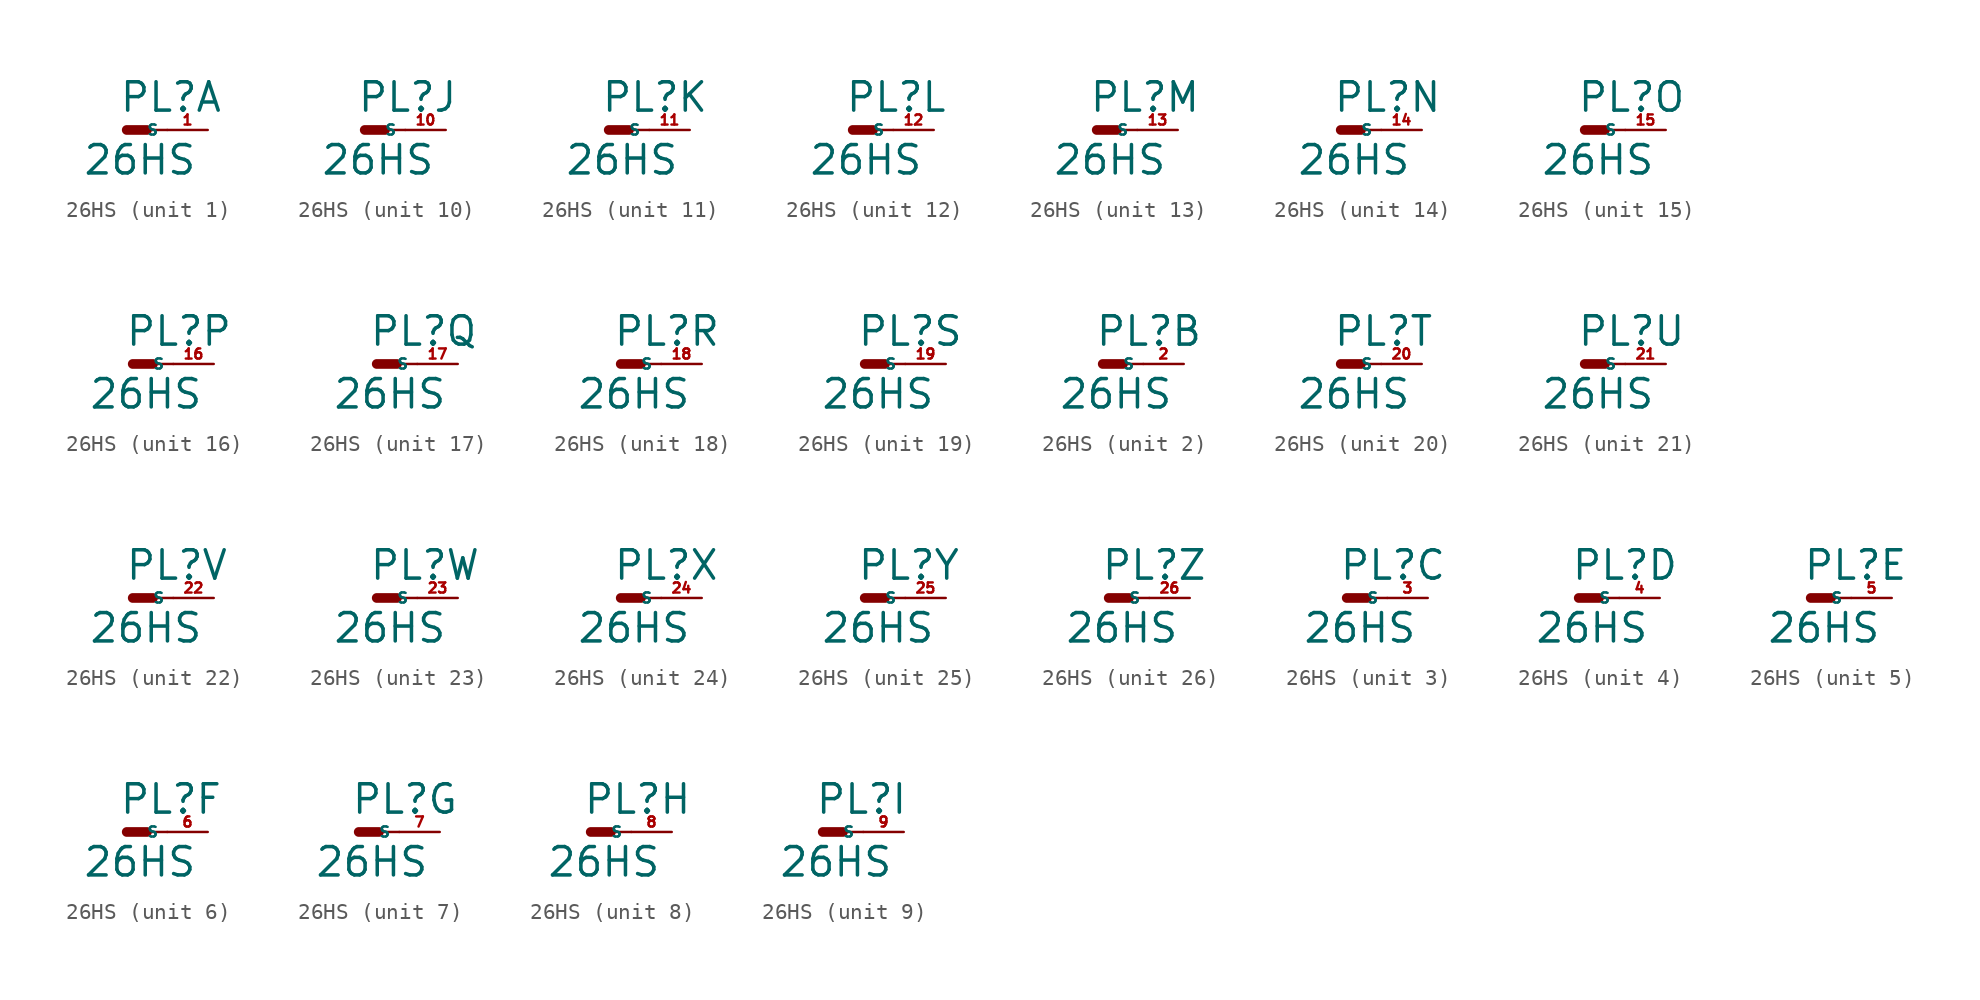
<source format=kicad_sym>
(kicad_symbol_lib
  (version 20220914)
  (generator Eagle2Kicad)
  (symbol "26HS"
    (property "Reference" "PL"
      (at -0.508 1.016 0)
      (effects (font (size 1.778 1.778) (thickness 0.22)) (justify left bottom)))
    (property "Value" "26HS"
      (at -2.794 -2.921 0)
      (effects (font (size 1.778 1.778) (thickness 0.22)) (justify left bottom)))
    (symbol "26HS_1_0"
      (polyline (pts (xy 0 0) (xy 1.27 0)) (stroke (width 0.61) (type default)) (fill (type none)))
      (polyline (pts (xy 2.54 0) (xy 1.27 0)) (stroke (width 0.152) (type default)) (fill (type none)))
      (pin passive line (at 5.08 0 180) (length 2.54) (name "S" (effects (font (size 0.635 0.635) (thickness 0.08)) (justify left bottom))) (number "1" (effects (font (size 0.635 0.635) (thickness 0.08)) (justify left bottom)))))
    (symbol "26HS_2_0"
      (polyline (pts (xy 0 0) (xy 1.27 0)) (stroke (width 0.61) (type default)) (fill (type none)))
      (polyline (pts (xy 2.54 0) (xy 1.27 0)) (stroke (width 0.152) (type default)) (fill (type none)))
      (pin passive line (at 5.08 0 180) (length 2.54) (name "S" (effects (font (size 0.635 0.635) (thickness 0.08)) (justify left bottom))) (number "2" (effects (font (size 0.635 0.635) (thickness 0.08)) (justify left bottom)))))
    (symbol "26HS_3_0"
      (polyline (pts (xy 0 0) (xy 1.27 0)) (stroke (width 0.61) (type default)) (fill (type none)))
      (polyline (pts (xy 2.54 0) (xy 1.27 0)) (stroke (width 0.152) (type default)) (fill (type none)))
      (pin passive line (at 5.08 0 180) (length 2.54) (name "S" (effects (font (size 0.635 0.635) (thickness 0.08)) (justify left bottom))) (number "3" (effects (font (size 0.635 0.635) (thickness 0.08)) (justify left bottom)))))
    (symbol "26HS_4_0"
      (polyline (pts (xy 0 0) (xy 1.27 0)) (stroke (width 0.61) (type default)) (fill (type none)))
      (polyline (pts (xy 2.54 0) (xy 1.27 0)) (stroke (width 0.152) (type default)) (fill (type none)))
      (pin passive line (at 5.08 0 180) (length 2.54) (name "S" (effects (font (size 0.635 0.635) (thickness 0.08)) (justify left bottom))) (number "4" (effects (font (size 0.635 0.635) (thickness 0.08)) (justify left bottom)))))
    (symbol "26HS_5_0"
      (polyline (pts (xy 0 0) (xy 1.27 0)) (stroke (width 0.61) (type default)) (fill (type none)))
      (polyline (pts (xy 2.54 0) (xy 1.27 0)) (stroke (width 0.152) (type default)) (fill (type none)))
      (pin passive line (at 5.08 0 180) (length 2.54) (name "S" (effects (font (size 0.635 0.635) (thickness 0.08)) (justify left bottom))) (number "5" (effects (font (size 0.635 0.635) (thickness 0.08)) (justify left bottom)))))
    (symbol "26HS_6_0"
      (polyline (pts (xy 0 0) (xy 1.27 0)) (stroke (width 0.61) (type default)) (fill (type none)))
      (polyline (pts (xy 2.54 0) (xy 1.27 0)) (stroke (width 0.152) (type default)) (fill (type none)))
      (pin passive line (at 5.08 0 180) (length 2.54) (name "S" (effects (font (size 0.635 0.635) (thickness 0.08)) (justify left bottom))) (number "6" (effects (font (size 0.635 0.635) (thickness 0.08)) (justify left bottom)))))
    (symbol "26HS_7_0"
      (polyline (pts (xy 0 0) (xy 1.27 0)) (stroke (width 0.61) (type default)) (fill (type none)))
      (polyline (pts (xy 2.54 0) (xy 1.27 0)) (stroke (width 0.152) (type default)) (fill (type none)))
      (pin passive line (at 5.08 0 180) (length 2.54) (name "S" (effects (font (size 0.635 0.635) (thickness 0.08)) (justify left bottom))) (number "7" (effects (font (size 0.635 0.635) (thickness 0.08)) (justify left bottom)))))
    (symbol "26HS_8_0"
      (polyline (pts (xy 0 0) (xy 1.27 0)) (stroke (width 0.61) (type default)) (fill (type none)))
      (polyline (pts (xy 2.54 0) (xy 1.27 0)) (stroke (width 0.152) (type default)) (fill (type none)))
      (pin passive line (at 5.08 0 180) (length 2.54) (name "S" (effects (font (size 0.635 0.635) (thickness 0.08)) (justify left bottom))) (number "8" (effects (font (size 0.635 0.635) (thickness 0.08)) (justify left bottom)))))
    (symbol "26HS_9_0"
      (polyline (pts (xy 0 0) (xy 1.27 0)) (stroke (width 0.61) (type default)) (fill (type none)))
      (polyline (pts (xy 2.54 0) (xy 1.27 0)) (stroke (width 0.152) (type default)) (fill (type none)))
      (pin passive line (at 5.08 0 180) (length 2.54) (name "S" (effects (font (size 0.635 0.635) (thickness 0.08)) (justify left bottom))) (number "9" (effects (font (size 0.635 0.635) (thickness 0.08)) (justify left bottom)))))
    (symbol "26HS_10_0"
      (polyline (pts (xy 0 0) (xy 1.27 0)) (stroke (width 0.61) (type default)) (fill (type none)))
      (polyline (pts (xy 2.54 0) (xy 1.27 0)) (stroke (width 0.152) (type default)) (fill (type none)))
      (pin passive line (at 5.08 0 180) (length 2.54) (name "S" (effects (font (size 0.635 0.635) (thickness 0.08)) (justify left bottom))) (number "10" (effects (font (size 0.635 0.635) (thickness 0.08)) (justify left bottom)))))
    (symbol "26HS_11_0"
      (polyline (pts (xy 0 0) (xy 1.27 0)) (stroke (width 0.61) (type default)) (fill (type none)))
      (polyline (pts (xy 2.54 0) (xy 1.27 0)) (stroke (width 0.152) (type default)) (fill (type none)))
      (pin passive line (at 5.08 0 180) (length 2.54) (name "S" (effects (font (size 0.635 0.635) (thickness 0.08)) (justify left bottom))) (number "11" (effects (font (size 0.635 0.635) (thickness 0.08)) (justify left bottom)))))
    (symbol "26HS_12_0"
      (polyline (pts (xy 0 0) (xy 1.27 0)) (stroke (width 0.61) (type default)) (fill (type none)))
      (polyline (pts (xy 2.54 0) (xy 1.27 0)) (stroke (width 0.152) (type default)) (fill (type none)))
      (pin passive line (at 5.08 0 180) (length 2.54) (name "S" (effects (font (size 0.635 0.635) (thickness 0.08)) (justify left bottom))) (number "12" (effects (font (size 0.635 0.635) (thickness 0.08)) (justify left bottom)))))
    (symbol "26HS_13_0"
      (polyline (pts (xy 0 0) (xy 1.27 0)) (stroke (width 0.61) (type default)) (fill (type none)))
      (polyline (pts (xy 2.54 0) (xy 1.27 0)) (stroke (width 0.152) (type default)) (fill (type none)))
      (pin passive line (at 5.08 0 180) (length 2.54) (name "S" (effects (font (size 0.635 0.635) (thickness 0.08)) (justify left bottom))) (number "13" (effects (font (size 0.635 0.635) (thickness 0.08)) (justify left bottom)))))
    (symbol "26HS_14_0"
      (polyline (pts (xy 0 0) (xy 1.27 0)) (stroke (width 0.61) (type default)) (fill (type none)))
      (polyline (pts (xy 2.54 0) (xy 1.27 0)) (stroke (width 0.152) (type default)) (fill (type none)))
      (pin passive line (at 5.08 0 180) (length 2.54) (name "S" (effects (font (size 0.635 0.635) (thickness 0.08)) (justify left bottom))) (number "14" (effects (font (size 0.635 0.635) (thickness 0.08)) (justify left bottom)))))
    (symbol "26HS_15_0"
      (polyline (pts (xy 0 0) (xy 1.27 0)) (stroke (width 0.61) (type default)) (fill (type none)))
      (polyline (pts (xy 2.54 0) (xy 1.27 0)) (stroke (width 0.152) (type default)) (fill (type none)))
      (pin passive line (at 5.08 0 180) (length 2.54) (name "S" (effects (font (size 0.635 0.635) (thickness 0.08)) (justify left bottom))) (number "15" (effects (font (size 0.635 0.635) (thickness 0.08)) (justify left bottom)))))
    (symbol "26HS_16_0"
      (polyline (pts (xy 0 0) (xy 1.27 0)) (stroke (width 0.61) (type default)) (fill (type none)))
      (polyline (pts (xy 2.54 0) (xy 1.27 0)) (stroke (width 0.152) (type default)) (fill (type none)))
      (pin passive line (at 5.08 0 180) (length 2.54) (name "S" (effects (font (size 0.635 0.635) (thickness 0.08)) (justify left bottom))) (number "16" (effects (font (size 0.635 0.635) (thickness 0.08)) (justify left bottom)))))
    (symbol "26HS_17_0"
      (polyline (pts (xy 0 0) (xy 1.27 0)) (stroke (width 0.61) (type default)) (fill (type none)))
      (polyline (pts (xy 2.54 0) (xy 1.27 0)) (stroke (width 0.152) (type default)) (fill (type none)))
      (pin passive line (at 5.08 0 180) (length 2.54) (name "S" (effects (font (size 0.635 0.635) (thickness 0.08)) (justify left bottom))) (number "17" (effects (font (size 0.635 0.635) (thickness 0.08)) (justify left bottom)))))
    (symbol "26HS_18_0"
      (polyline (pts (xy 0 0) (xy 1.27 0)) (stroke (width 0.61) (type default)) (fill (type none)))
      (polyline (pts (xy 2.54 0) (xy 1.27 0)) (stroke (width 0.152) (type default)) (fill (type none)))
      (pin passive line (at 5.08 0 180) (length 2.54) (name "S" (effects (font (size 0.635 0.635) (thickness 0.08)) (justify left bottom))) (number "18" (effects (font (size 0.635 0.635) (thickness 0.08)) (justify left bottom)))))
    (symbol "26HS_19_0"
      (polyline (pts (xy 0 0) (xy 1.27 0)) (stroke (width 0.61) (type default)) (fill (type none)))
      (polyline (pts (xy 2.54 0) (xy 1.27 0)) (stroke (width 0.152) (type default)) (fill (type none)))
      (pin passive line (at 5.08 0 180) (length 2.54) (name "S" (effects (font (size 0.635 0.635) (thickness 0.08)) (justify left bottom))) (number "19" (effects (font (size 0.635 0.635) (thickness 0.08)) (justify left bottom)))))
    (symbol "26HS_20_0"
      (polyline (pts (xy 0 0) (xy 1.27 0)) (stroke (width 0.61) (type default)) (fill (type none)))
      (polyline (pts (xy 2.54 0) (xy 1.27 0)) (stroke (width 0.152) (type default)) (fill (type none)))
      (pin passive line (at 5.08 0 180) (length 2.54) (name "S" (effects (font (size 0.635 0.635) (thickness 0.08)) (justify left bottom))) (number "20" (effects (font (size 0.635 0.635) (thickness 0.08)) (justify left bottom)))))
    (symbol "26HS_21_0"
      (polyline (pts (xy 0 0) (xy 1.27 0)) (stroke (width 0.61) (type default)) (fill (type none)))
      (polyline (pts (xy 2.54 0) (xy 1.27 0)) (stroke (width 0.152) (type default)) (fill (type none)))
      (pin passive line (at 5.08 0 180) (length 2.54) (name "S" (effects (font (size 0.635 0.635) (thickness 0.08)) (justify left bottom))) (number "21" (effects (font (size 0.635 0.635) (thickness 0.08)) (justify left bottom)))))
    (symbol "26HS_22_0"
      (polyline (pts (xy 0 0) (xy 1.27 0)) (stroke (width 0.61) (type default)) (fill (type none)))
      (polyline (pts (xy 2.54 0) (xy 1.27 0)) (stroke (width 0.152) (type default)) (fill (type none)))
      (pin passive line (at 5.08 0 180) (length 2.54) (name "S" (effects (font (size 0.635 0.635) (thickness 0.08)) (justify left bottom))) (number "22" (effects (font (size 0.635 0.635) (thickness 0.08)) (justify left bottom)))))
    (symbol "26HS_23_0"
      (polyline (pts (xy 0 0) (xy 1.27 0)) (stroke (width 0.61) (type default)) (fill (type none)))
      (polyline (pts (xy 2.54 0) (xy 1.27 0)) (stroke (width 0.152) (type default)) (fill (type none)))
      (pin passive line (at 5.08 0 180) (length 2.54) (name "S" (effects (font (size 0.635 0.635) (thickness 0.08)) (justify left bottom))) (number "23" (effects (font (size 0.635 0.635) (thickness 0.08)) (justify left bottom)))))
    (symbol "26HS_24_0"
      (polyline (pts (xy 0 0) (xy 1.27 0)) (stroke (width 0.61) (type default)) (fill (type none)))
      (polyline (pts (xy 2.54 0) (xy 1.27 0)) (stroke (width 0.152) (type default)) (fill (type none)))
      (pin passive line (at 5.08 0 180) (length 2.54) (name "S" (effects (font (size 0.635 0.635) (thickness 0.08)) (justify left bottom))) (number "24" (effects (font (size 0.635 0.635) (thickness 0.08)) (justify left bottom)))))
    (symbol "26HS_25_0"
      (polyline (pts (xy 0 0) (xy 1.27 0)) (stroke (width 0.61) (type default)) (fill (type none)))
      (polyline (pts (xy 2.54 0) (xy 1.27 0)) (stroke (width 0.152) (type default)) (fill (type none)))
      (pin passive line (at 5.08 0 180) (length 2.54) (name "S" (effects (font (size 0.635 0.635) (thickness 0.08)) (justify left bottom))) (number "25" (effects (font (size 0.635 0.635) (thickness 0.08)) (justify left bottom)))))
    (symbol "26HS_26_0"
      (polyline (pts (xy 0 0) (xy 1.27 0)) (stroke (width 0.61) (type default)) (fill (type none)))
      (polyline (pts (xy 2.54 0) (xy 1.27 0)) (stroke (width 0.152) (type default)) (fill (type none)))
      (pin passive line (at 5.08 0 180) (length 2.54) (name "S" (effects (font (size 0.635 0.635) (thickness 0.08)) (justify left bottom))) (number "26" (effects (font (size 0.635 0.635) (thickness 0.08)) (justify left bottom)))))))
</source>
